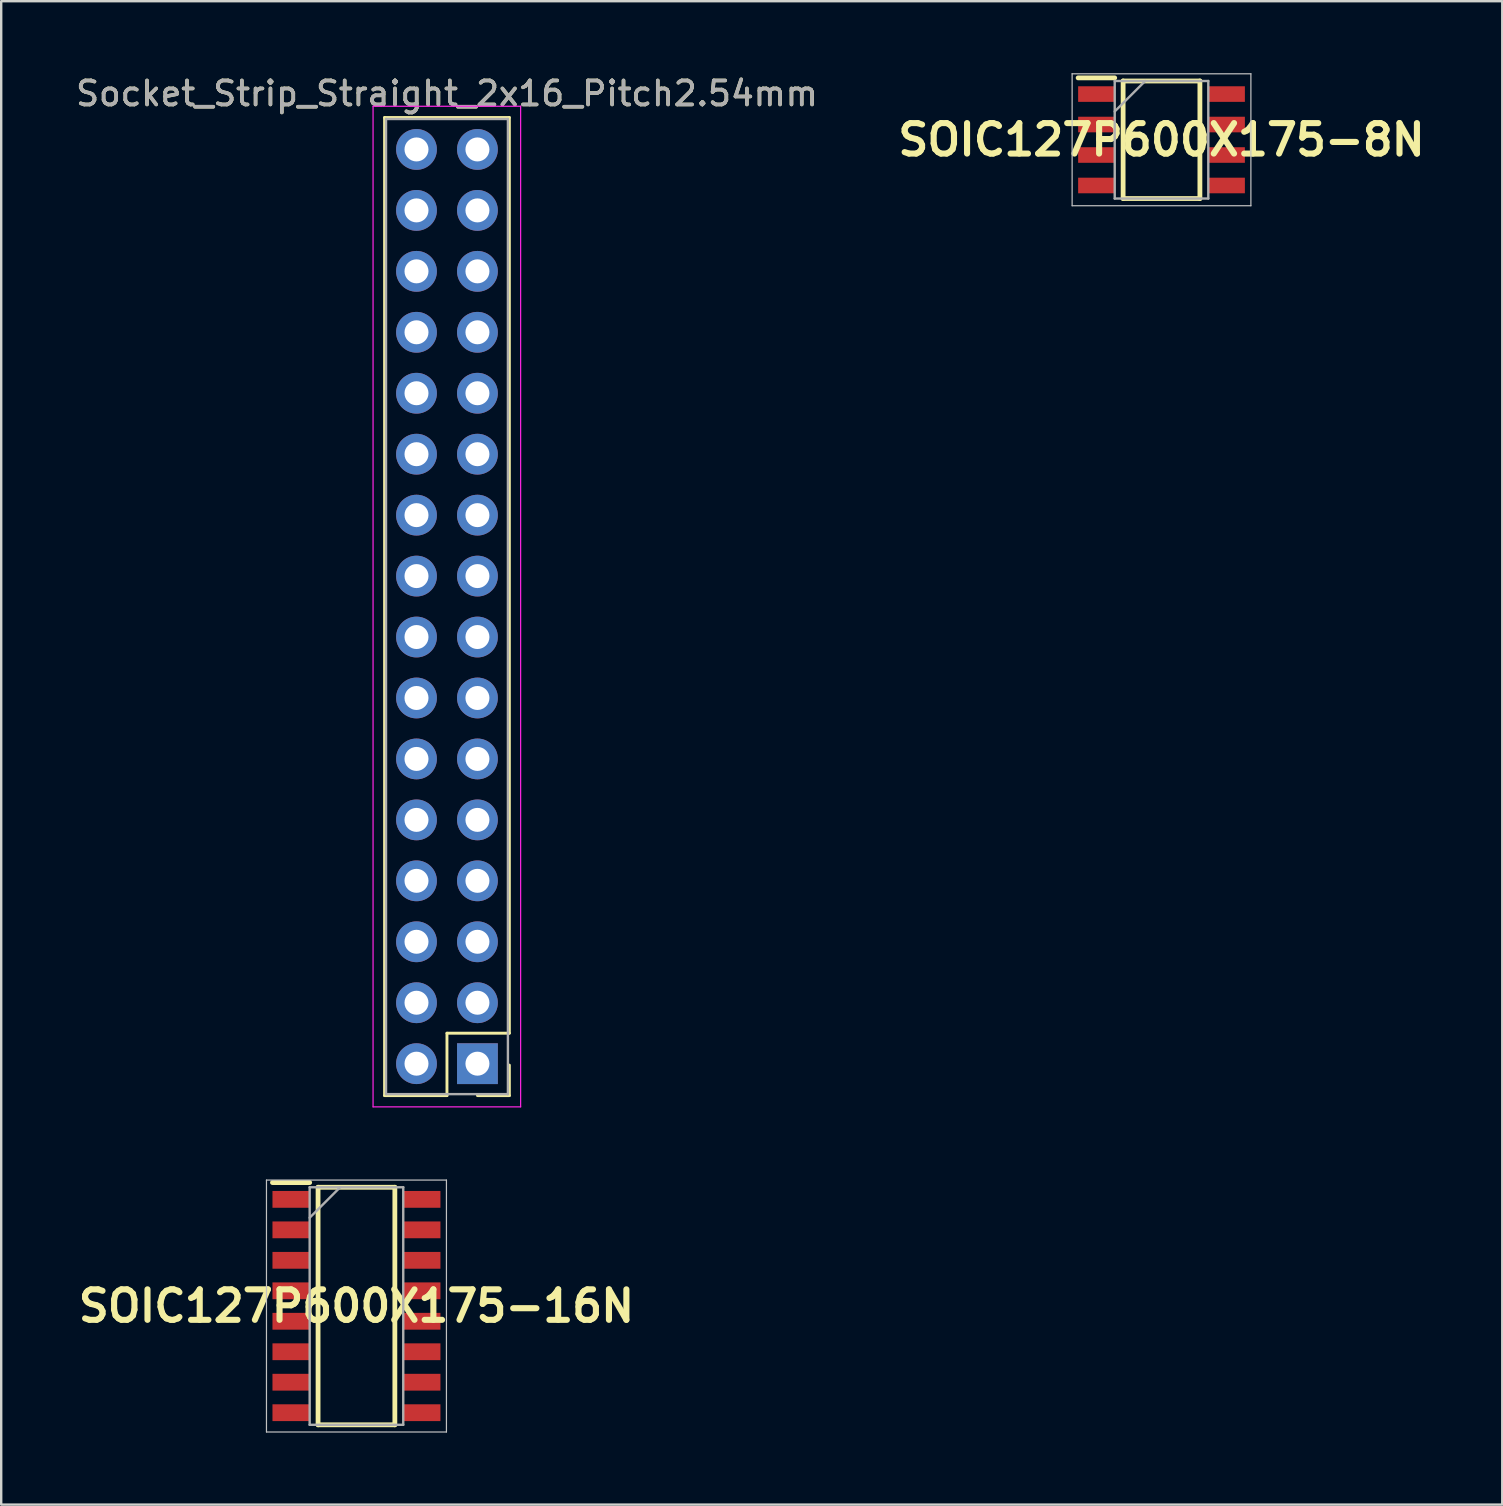
<source format=kicad_pcb>
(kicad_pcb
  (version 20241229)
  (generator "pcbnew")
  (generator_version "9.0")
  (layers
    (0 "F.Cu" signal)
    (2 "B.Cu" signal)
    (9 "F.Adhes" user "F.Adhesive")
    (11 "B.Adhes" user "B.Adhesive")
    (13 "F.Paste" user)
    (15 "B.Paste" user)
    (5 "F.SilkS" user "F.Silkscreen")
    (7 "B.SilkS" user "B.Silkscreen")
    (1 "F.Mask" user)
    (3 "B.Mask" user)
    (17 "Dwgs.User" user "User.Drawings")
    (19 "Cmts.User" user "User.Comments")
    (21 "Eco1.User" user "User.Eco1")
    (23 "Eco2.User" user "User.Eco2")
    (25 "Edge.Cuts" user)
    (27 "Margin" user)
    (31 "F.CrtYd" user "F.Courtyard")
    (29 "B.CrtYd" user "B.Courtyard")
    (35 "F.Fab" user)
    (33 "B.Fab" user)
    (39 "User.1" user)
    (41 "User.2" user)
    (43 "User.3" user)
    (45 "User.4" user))
  (footprint "SOIC127P600X175-16N"
    (layer "F.Cu")
    (at 11.805 51.378)
    (property "Reference" "SOIC127P600X175-16N" (at 0 0 0) (layer "F.SilkS") (effects (font (size 1.27 1.27) (thickness 0.254))))
    (attr smd)
    (fp_line (start -3.5 -5.145) (end -1.95 -5.145) (stroke (width 0.2) (type solid)) (layer "F.SilkS"))
    (fp_line (start -1.6 -4.95) (end 1.6 -4.95) (stroke (width 0.2) (type solid)) (layer "F.SilkS"))
    (fp_line (start -1.6 4.95) (end -1.6 -4.95) (stroke (width 0.2) (type solid)) (layer "F.SilkS"))
    (fp_line (start 1.6 -4.95) (end 1.6 4.95) (stroke (width 0.2) (type solid)) (layer "F.SilkS"))
    (fp_line (start 1.6 4.95) (end -1.6 4.95) (stroke (width 0.2) (type solid)) (layer "F.SilkS"))
    (fp_line (start -3.75 -5.25) (end 3.75 -5.25) (stroke (width 0.05) (type solid)) (layer "Dwgs.User"))
    (fp_line (start -3.75 5.25) (end -3.75 -5.25) (stroke (width 0.05) (type solid)) (layer "Dwgs.User"))
    (fp_line (start 3.75 -5.25) (end 3.75 5.25) (stroke (width 0.05) (type solid)) (layer "Dwgs.User"))
    (fp_line (start 3.75 5.25) (end -3.75 5.25) (stroke (width 0.05) (type solid)) (layer "Dwgs.User"))
    (fp_line (start -1.95 -4.95) (end 1.95 -4.95) (stroke (width 0.1) (type solid)) (layer "F.Fab"))
    (fp_line (start -1.95 -3.68) (end -0.68 -4.95) (stroke (width 0.1) (type solid)) (layer "F.Fab"))
    (fp_line (start -1.95 4.95) (end -1.95 -4.95) (stroke (width 0.1) (type solid)) (layer "F.Fab"))
    (fp_line (start 1.95 -4.95) (end 1.95 4.95) (stroke (width 0.1) (type solid)) (layer "F.Fab"))
    (fp_line (start 1.95 4.95) (end -1.95 4.95) (stroke (width 0.1) (type solid)) (layer "F.Fab"))
    (pad "1" smd rect (at -2.725 -4.445 90) (size 0.7 1.55) (layers "F.Cu" "F.Mask" "F.Paste"))
    (pad "2" smd rect (at -2.725 -3.175 90) (size 0.7 1.55) (layers "F.Cu" "F.Mask" "F.Paste"))
    (pad "3" smd rect (at -2.725 -1.905 90) (size 0.7 1.55) (layers "F.Cu" "F.Mask" "F.Paste"))
    (pad "4" smd rect (at -2.725 -0.635 90) (size 0.7 1.55) (layers "F.Cu" "F.Mask" "F.Paste"))
    (pad "5" smd rect (at -2.725 0.635 90) (size 0.7 1.55) (layers "F.Cu" "F.Mask" "F.Paste"))
    (pad "6" smd rect (at -2.725 1.905 90) (size 0.7 1.55) (layers "F.Cu" "F.Mask" "F.Paste"))
    (pad "7" smd rect (at -2.725 3.175 90) (size 0.7 1.55) (layers "F.Cu" "F.Mask" "F.Paste"))
    (pad "8" smd rect (at -2.725 4.445 90) (size 0.7 1.55) (layers "F.Cu" "F.Mask" "F.Paste"))
    (pad "9" smd rect (at 2.725 4.445 90) (size 0.7 1.55) (layers "F.Cu" "F.Mask" "F.Paste"))
    (pad "10" smd rect (at 2.725 3.175 90) (size 0.7 1.55) (layers "F.Cu" "F.Mask" "F.Paste"))
    (pad "11" smd rect (at 2.725 1.905 90) (size 0.7 1.55) (layers "F.Cu" "F.Mask" "F.Paste"))
    (pad "12" smd rect (at 2.725 0.635 90) (size 0.7 1.55) (layers "F.Cu" "F.Mask" "F.Paste"))
    (pad "13" smd rect (at 2.725 -0.635 90) (size 0.7 1.55) (layers "F.Cu" "F.Mask" "F.Paste"))
    (pad "14" smd rect (at 2.725 -1.905 90) (size 0.7 1.55) (layers "F.Cu" "F.Mask" "F.Paste"))
    (pad "15" smd rect (at 2.725 -3.175 90) (size 0.7 1.55) (layers "F.Cu" "F.Mask" "F.Paste"))
    (pad "16" smd rect (at 2.725 -4.445 90) (size 0.7 1.55) (layers "F.Cu" "F.Mask" "F.Paste")))
  (footprint "SOIC127P600X175-8N"
    (layer "F.Cu")
    (at 45.355 2.775)
    (property "Reference" "SOIC127P600X175-8N" (at 0 0 0) (layer "F.SilkS") (effects (font (size 1.27 1.27) (thickness 0.254))))
    (attr smd)
    (fp_line (start -3.475 -2.58) (end -1.95 -2.58) (stroke (width 0.2) (type solid)) (layer "F.SilkS"))
    (fp_line (start -1.6 -2.45) (end 1.6 -2.45) (stroke (width 0.2) (type solid)) (layer "F.SilkS"))
    (fp_line (start -1.6 2.45) (end -1.6 -2.45) (stroke (width 0.2) (type solid)) (layer "F.SilkS"))
    (fp_line (start 1.6 -2.45) (end 1.6 2.45) (stroke (width 0.2) (type solid)) (layer "F.SilkS"))
    (fp_line (start 1.6 2.45) (end -1.6 2.45) (stroke (width 0.2) (type solid)) (layer "F.SilkS"))
    (fp_line (start -3.725 -2.75) (end 3.725 -2.75) (stroke (width 0.05) (type solid)) (layer "Dwgs.User"))
    (fp_line (start -3.725 2.75) (end -3.725 -2.75) (stroke (width 0.05) (type solid)) (layer "Dwgs.User"))
    (fp_line (start 3.725 -2.75) (end 3.725 2.75) (stroke (width 0.05) (type solid)) (layer "Dwgs.User"))
    (fp_line (start 3.725 2.75) (end -3.725 2.75) (stroke (width 0.05) (type solid)) (layer "Dwgs.User"))
    (fp_line (start -1.95 -2.45) (end 1.95 -2.45) (stroke (width 0.1) (type solid)) (layer "F.Fab"))
    (fp_line (start -1.95 -1.18) (end -0.68 -2.45) (stroke (width 0.1) (type solid)) (layer "F.Fab"))
    (fp_line (start -1.95 2.45) (end -1.95 -2.45) (stroke (width 0.1) (type solid)) (layer "F.Fab"))
    (fp_line (start 1.95 -2.45) (end 1.95 2.45) (stroke (width 0.1) (type solid)) (layer "F.Fab"))
    (fp_line (start 1.95 2.45) (end -1.95 2.45) (stroke (width 0.1) (type solid)) (layer "F.Fab"))
    (pad "1" smd rect (at -2.712 -1.905 90) (size 0.65 1.525) (layers "F.Cu" "F.Mask" "F.Paste"))
    (pad "2" smd rect (at -2.712 -0.635 90) (size 0.65 1.525) (layers "F.Cu" "F.Mask" "F.Paste"))
    (pad "3" smd rect (at -2.712 0.635 90) (size 0.65 1.525) (layers "F.Cu" "F.Mask" "F.Paste"))
    (pad "4" smd rect (at -2.712 1.905 90) (size 0.65 1.525) (layers "F.Cu" "F.Mask" "F.Paste"))
    (pad "5" smd rect (at 2.712 1.905 90) (size 0.65 1.525) (layers "F.Cu" "F.Mask" "F.Paste"))
    (pad "6" smd rect (at 2.712 0.635 90) (size 0.65 1.525) (layers "F.Cu" "F.Mask" "F.Paste"))
    (pad "7" smd rect (at 2.712 -0.635 90) (size 0.65 1.525) (layers "F.Cu" "F.Mask" "F.Paste"))
    (pad "8" smd rect (at 2.712 -1.905 90) (size 0.65 1.525) (layers "F.Cu" "F.Mask" "F.Paste")))
  (footprint "Socket_Strip_Straight_2x16_Pitch2.54mm"
    (layer "F.Cu")
    (at 16.847 3.178)
    (property "Reference" "Socket_Strip_Straight_2x16_Pitch2.54mm" (at -1.27 -2.33 0) (layer "F.SilkS") (effects (font (size 1 1) (thickness 0.15))))
    (attr through_hole)
    (fp_line (start -3.87 -1.33) (end 1.33 -1.33) (stroke (width 0.12) (type solid)) (layer "F.SilkS"))
    (fp_line (start -3.87 39.43) (end -3.87 -1.33) (stroke (width 0.12) (type solid)) (layer "F.SilkS"))
    (fp_line (start -1.27 36.83) (end -1.27 39.43) (stroke (width 0.12) (type solid)) (layer "F.SilkS"))
    (fp_line (start -1.27 36.83) (end 1.33 36.83) (stroke (width 0.12) (type solid)) (layer "F.SilkS"))
    (fp_line (start -1.27 39.43) (end -3.87 39.43) (stroke (width 0.12) (type solid)) (layer "F.SilkS"))
    (fp_line (start 0 39.43) (end 1.33 39.43) (stroke (width 0.12) (type solid)) (layer "F.SilkS"))
    (fp_line (start 1.33 -1.33) (end 1.33 36.83) (stroke (width 0.12) (type solid)) (layer "F.SilkS"))
    (fp_line (start 1.33 39.43) (end 1.33 38.16) (stroke (width 0.12) (type solid)) (layer "F.SilkS"))
    (fp_line (start -4.35 -1.8) (end -4.35 39.9) (stroke (width 0.05) (type solid)) (layer "F.CrtYd"))
    (fp_line (start -4.35 39.9) (end 1.8 39.9) (stroke (width 0.05) (type solid)) (layer "F.CrtYd"))
    (fp_line (start 1.8 -1.8) (end -4.35 -1.8) (stroke (width 0.05) (type solid)) (layer "F.CrtYd"))
    (fp_line (start 1.8 39.9) (end 1.8 -1.8) (stroke (width 0.05) (type solid)) (layer "F.CrtYd"))
    (fp_line (start -3.81 -1.27) (end -3.81 39.37) (stroke (width 0.1) (type solid)) (layer "F.Fab"))
    (fp_line (start -3.81 39.37) (end 1.27 39.37) (stroke (width 0.1) (type solid)) (layer "F.Fab"))
    (fp_line (start 1.27 -1.27) (end -3.81 -1.27) (stroke (width 0.1) (type solid)) (layer "F.Fab"))
    (fp_line (start 1.27 39.37) (end 1.27 -1.27) (stroke (width 0.1) (type solid)) (layer "F.Fab"))
    (fp_text user "${REFERENCE}" (at -1.27 -2.33 0) (layer "F.Fab") (effects (font (size 1 1) (thickness 0.15))))
    (pad "1" thru_hole rect (at 0 38.1) (size 1.7 1.7) (drill 1) (layers "*.Cu" "*.Mask"))
    (pad "2" thru_hole oval (at 0 35.56) (size 1.7 1.7) (drill 1) (layers "*.Cu" "*.Mask"))
    (pad "3" thru_hole oval (at 0 33.02) (size 1.7 1.7) (drill 1) (layers "*.Cu" "*.Mask"))
    (pad "4" thru_hole oval (at 0 30.48) (size 1.7 1.7) (drill 1) (layers "*.Cu" "*.Mask"))
    (pad "5" thru_hole oval (at 0 27.94) (size 1.7 1.7) (drill 1) (layers "*.Cu" "*.Mask"))
    (pad "6" thru_hole oval (at 0 25.4) (size 1.7 1.7) (drill 1) (layers "*.Cu" "*.Mask"))
    (pad "7" thru_hole oval (at 0 22.86) (size 1.7 1.7) (drill 1) (layers "*.Cu" "*.Mask"))
    (pad "8" thru_hole oval (at 0 20.32) (size 1.7 1.7) (drill 1) (layers "*.Cu" "*.Mask"))
    (pad "9" thru_hole oval (at 0 17.78) (size 1.7 1.7) (drill 1) (layers "*.Cu" "*.Mask"))
    (pad "10" thru_hole oval (at 0 15.24) (size 1.7 1.7) (drill 1) (layers "*.Cu" "*.Mask"))
    (pad "11" thru_hole oval (at 0 12.7) (size 1.7 1.7) (drill 1) (layers "*.Cu" "*.Mask"))
    (pad "12" thru_hole oval (at 0 10.16) (size 1.7 1.7) (drill 1) (layers "*.Cu" "*.Mask"))
    (pad "13" thru_hole oval (at 0 7.62) (size 1.7 1.7) (drill 1) (layers "*.Cu" "*.Mask"))
    (pad "14" thru_hole oval (at 0 5.08) (size 1.7 1.7) (drill 1) (layers "*.Cu" "*.Mask"))
    (pad "15" thru_hole oval (at 0 2.54) (size 1.7 1.7) (drill 1) (layers "*.Cu" "*.Mask"))
    (pad "16" thru_hole oval (at 0 0) (size 1.7 1.7) (drill 1) (layers "*.Cu" "*.Mask"))
    (pad "17" thru_hole oval (at -2.54 38.1) (size 1.7 1.7) (drill 1) (layers "*.Cu" "*.Mask"))
    (pad "18" thru_hole oval (at -2.54 35.56) (size 1.7 1.7) (drill 1) (layers "*.Cu" "*.Mask"))
    (pad "19" thru_hole oval (at -2.54 33.02) (size 1.7 1.7) (drill 1) (layers "*.Cu" "*.Mask"))
    (pad "20" thru_hole oval (at -2.54 30.48) (size 1.7 1.7) (drill 1) (layers "*.Cu" "*.Mask"))
    (pad "21" thru_hole oval (at -2.54 27.94) (size 1.7 1.7) (drill 1) (layers "*.Cu" "*.Mask"))
    (pad "22" thru_hole oval (at -2.54 25.4) (size 1.7 1.7) (drill 1) (layers "*.Cu" "*.Mask"))
    (pad "23" thru_hole oval (at -2.54 22.86) (size 1.7 1.7) (drill 1) (layers "*.Cu" "*.Mask"))
    (pad "24" thru_hole oval (at -2.54 20.32) (size 1.7 1.7) (drill 1) (layers "*.Cu" "*.Mask"))
    (pad "25" thru_hole oval (at -2.54 17.78) (size 1.7 1.7) (drill 1) (layers "*.Cu" "*.Mask"))
    (pad "26" thru_hole oval (at -2.54 15.24) (size 1.7 1.7) (drill 1) (layers "*.Cu" "*.Mask"))
    (pad "27" thru_hole oval (at -2.54 12.7) (size 1.7 1.7) (drill 1) (layers "*.Cu" "*.Mask"))
    (pad "28" thru_hole oval (at -2.54 10.16) (size 1.7 1.7) (drill 1) (layers "*.Cu" "*.Mask"))
    (pad "29" thru_hole oval (at -2.54 7.62) (size 1.7 1.7) (drill 1) (layers "*.Cu" "*.Mask"))
    (pad "30" thru_hole oval (at -2.54 5.08) (size 1.7 1.7) (drill 1) (layers "*.Cu" "*.Mask"))
    (pad "31" thru_hole oval (at -2.54 2.54) (size 1.7 1.7) (drill 1) (layers "*.Cu" "*.Mask"))
    (pad "32" thru_hole oval (at -2.54 0) (size 1.7 1.7) (drill 1) (layers "*.Cu" "*.Mask")))
  (gr_rect
    (start -3 -3)
    (end 59.555 59.653)
    (stroke (width 0.1) (type default))
    (fill no)
    (layer "Edge.Cuts")))
</source>
